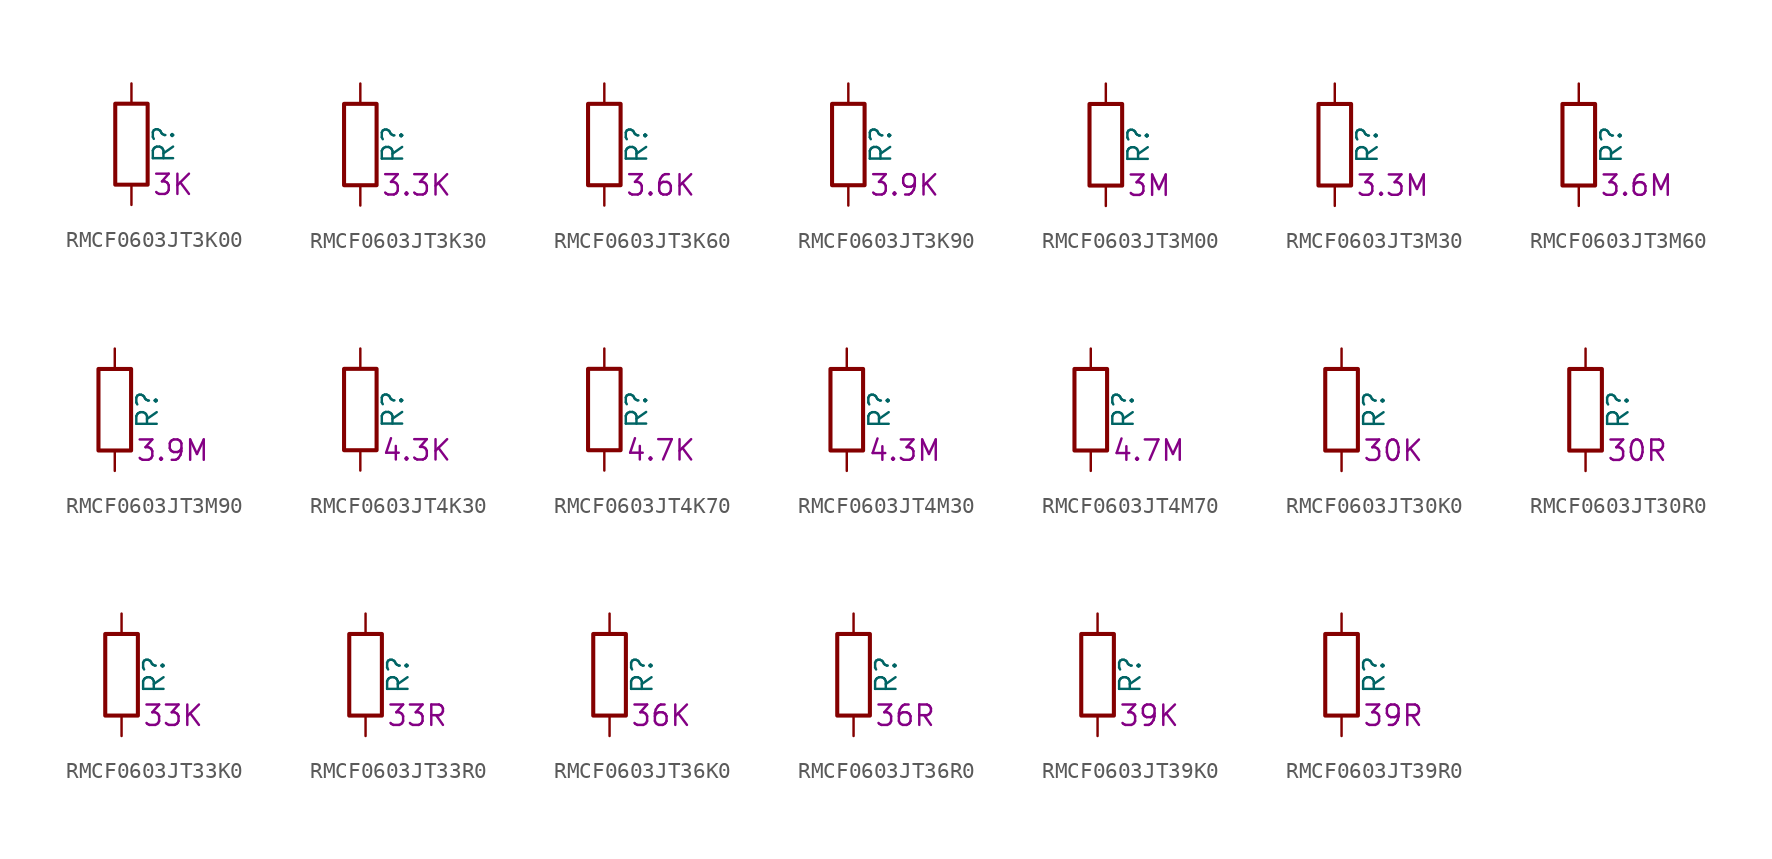
<source format=kicad_sym>
(kicad_symbol_lib
  (version 20220914)
  (generator kicad_symbol_editor)
  (symbol "RMCF0603JT3K00"
    (pin_numbers hide)
    (pin_names
      (offset 0))
    (property "Reference" "R"
      (at 2.032 0 90)
      (effects (font (size 1.27 1.27))))
    (property "Resistance" "3K"
      (at 1.27 -2.54 0)
      (effects (font (size 1.27 1.27)) (justify left)))
    (symbol "RMCF0603JT3K00_0_1"
      (rectangle (start -1.016 -2.54) (end 1.016 2.54) (stroke (width 0.254) (type default)) (fill (type none))))
    (symbol "RMCF0603JT3K00_1_1"
      (pin passive line (at 0 3.81 270) (length 1.27) (name "~" (effects (font (size 1.27 1.27)))) (number "1" (effects (font (size 1.27 1.27)))))
      (pin passive line (at 0 -3.81 90) (length 1.27) (name "~" (effects (font (size 1.27 1.27)))) (number "2" (effects (font (size 1.27 1.27)))))))
  (symbol "RMCF0603JT3K30"
    (pin_numbers hide)
    (pin_names
      (offset 0))
    (property "Reference" "R"
      (at 2.032 0 90)
      (effects (font (size 1.27 1.27))))
    (property "Resistance" "3.3K"
      (at 1.27 -2.54 0)
      (effects (font (size 1.27 1.27)) (justify left)))
    (symbol "RMCF0603JT3K30_0_1"
      (rectangle (start -1.016 -2.54) (end 1.016 2.54) (stroke (width 0.254) (type default)) (fill (type none))))
    (symbol "RMCF0603JT3K30_1_1"
      (pin passive line (at 0 3.81 270) (length 1.27) (name "~" (effects (font (size 1.27 1.27)))) (number "1" (effects (font (size 1.27 1.27)))))
      (pin passive line (at 0 -3.81 90) (length 1.27) (name "~" (effects (font (size 1.27 1.27)))) (number "2" (effects (font (size 1.27 1.27)))))))
  (symbol "RMCF0603JT3K60"
    (pin_numbers hide)
    (pin_names
      (offset 0))
    (property "Reference" "R"
      (at 2.032 0 90)
      (effects (font (size 1.27 1.27))))
    (property "Resistance" "3.6K"
      (at 1.27 -2.54 0)
      (effects (font (size 1.27 1.27)) (justify left)))
    (symbol "RMCF0603JT3K60_0_1"
      (rectangle (start -1.016 -2.54) (end 1.016 2.54) (stroke (width 0.254) (type default)) (fill (type none))))
    (symbol "RMCF0603JT3K60_1_1"
      (pin passive line (at 0 3.81 270) (length 1.27) (name "~" (effects (font (size 1.27 1.27)))) (number "1" (effects (font (size 1.27 1.27)))))
      (pin passive line (at 0 -3.81 90) (length 1.27) (name "~" (effects (font (size 1.27 1.27)))) (number "2" (effects (font (size 1.27 1.27)))))))
  (symbol "RMCF0603JT3K90"
    (pin_numbers hide)
    (pin_names
      (offset 0))
    (property "Reference" "R"
      (at 2.032 0 90)
      (effects (font (size 1.27 1.27))))
    (property "Resistance" "3.9K"
      (at 1.27 -2.54 0)
      (effects (font (size 1.27 1.27)) (justify left)))
    (symbol "RMCF0603JT3K90_0_1"
      (rectangle (start -1.016 -2.54) (end 1.016 2.54) (stroke (width 0.254) (type default)) (fill (type none))))
    (symbol "RMCF0603JT3K90_1_1"
      (pin passive line (at 0 3.81 270) (length 1.27) (name "~" (effects (font (size 1.27 1.27)))) (number "1" (effects (font (size 1.27 1.27)))))
      (pin passive line (at 0 -3.81 90) (length 1.27) (name "~" (effects (font (size 1.27 1.27)))) (number "2" (effects (font (size 1.27 1.27)))))))
  (symbol "RMCF0603JT3M00"
    (pin_numbers hide)
    (pin_names
      (offset 0))
    (property "Reference" "R"
      (at 2.032 0 90)
      (effects (font (size 1.27 1.27))))
    (property "Resistance" "3M"
      (at 1.27 -2.54 0)
      (effects (font (size 1.27 1.27)) (justify left)))
    (symbol "RMCF0603JT3M00_0_1"
      (rectangle (start -1.016 -2.54) (end 1.016 2.54) (stroke (width 0.254) (type default)) (fill (type none))))
    (symbol "RMCF0603JT3M00_1_1"
      (pin passive line (at 0 3.81 270) (length 1.27) (name "~" (effects (font (size 1.27 1.27)))) (number "1" (effects (font (size 1.27 1.27)))))
      (pin passive line (at 0 -3.81 90) (length 1.27) (name "~" (effects (font (size 1.27 1.27)))) (number "2" (effects (font (size 1.27 1.27)))))))
  (symbol "RMCF0603JT3M30"
    (pin_numbers hide)
    (pin_names
      (offset 0))
    (property "Reference" "R"
      (at 2.032 0 90)
      (effects (font (size 1.27 1.27))))
    (property "Resistance" "3.3M"
      (at 1.27 -2.54 0)
      (effects (font (size 1.27 1.27)) (justify left)))
    (symbol "RMCF0603JT3M30_0_1"
      (rectangle (start -1.016 -2.54) (end 1.016 2.54) (stroke (width 0.254) (type default)) (fill (type none))))
    (symbol "RMCF0603JT3M30_1_1"
      (pin passive line (at 0 3.81 270) (length 1.27) (name "~" (effects (font (size 1.27 1.27)))) (number "1" (effects (font (size 1.27 1.27)))))
      (pin passive line (at 0 -3.81 90) (length 1.27) (name "~" (effects (font (size 1.27 1.27)))) (number "2" (effects (font (size 1.27 1.27)))))))
  (symbol "RMCF0603JT3M60"
    (pin_numbers hide)
    (pin_names
      (offset 0))
    (property "Reference" "R"
      (at 2.032 0 90)
      (effects (font (size 1.27 1.27))))
    (property "Resistance" "3.6M"
      (at 1.27 -2.54 0)
      (effects (font (size 1.27 1.27)) (justify left)))
    (symbol "RMCF0603JT3M60_0_1"
      (rectangle (start -1.016 -2.54) (end 1.016 2.54) (stroke (width 0.254) (type default)) (fill (type none))))
    (symbol "RMCF0603JT3M60_1_1"
      (pin passive line (at 0 3.81 270) (length 1.27) (name "~" (effects (font (size 1.27 1.27)))) (number "1" (effects (font (size 1.27 1.27)))))
      (pin passive line (at 0 -3.81 90) (length 1.27) (name "~" (effects (font (size 1.27 1.27)))) (number "2" (effects (font (size 1.27 1.27)))))))
  (symbol "RMCF0603JT3M90"
    (pin_numbers hide)
    (pin_names
      (offset 0))
    (property "Reference" "R"
      (at 2.032 0 90)
      (effects (font (size 1.27 1.27))))
    (property "Resistance" "3.9M"
      (at 1.27 -2.54 0)
      (effects (font (size 1.27 1.27)) (justify left)))
    (symbol "RMCF0603JT3M90_0_1"
      (rectangle (start -1.016 -2.54) (end 1.016 2.54) (stroke (width 0.254) (type default)) (fill (type none))))
    (symbol "RMCF0603JT3M90_1_1"
      (pin passive line (at 0 3.81 270) (length 1.27) (name "~" (effects (font (size 1.27 1.27)))) (number "1" (effects (font (size 1.27 1.27)))))
      (pin passive line (at 0 -3.81 90) (length 1.27) (name "~" (effects (font (size 1.27 1.27)))) (number "2" (effects (font (size 1.27 1.27)))))))
  (symbol "RMCF0603JT4K30"
    (pin_numbers hide)
    (pin_names
      (offset 0))
    (property "Reference" "R"
      (at 2.032 0 90)
      (effects (font (size 1.27 1.27))))
    (property "Resistance" "4.3K"
      (at 1.27 -2.54 0)
      (effects (font (size 1.27 1.27)) (justify left)))
    (symbol "RMCF0603JT4K30_0_1"
      (rectangle (start -1.016 -2.54) (end 1.016 2.54) (stroke (width 0.254) (type default)) (fill (type none))))
    (symbol "RMCF0603JT4K30_1_1"
      (pin passive line (at 0 3.81 270) (length 1.27) (name "~" (effects (font (size 1.27 1.27)))) (number "1" (effects (font (size 1.27 1.27)))))
      (pin passive line (at 0 -3.81 90) (length 1.27) (name "~" (effects (font (size 1.27 1.27)))) (number "2" (effects (font (size 1.27 1.27)))))))
  (symbol "RMCF0603JT4K70"
    (pin_numbers hide)
    (pin_names
      (offset 0))
    (property "Reference" "R"
      (at 2.032 0 90)
      (effects (font (size 1.27 1.27))))
    (property "Resistance" "4.7K"
      (at 1.27 -2.54 0)
      (effects (font (size 1.27 1.27)) (justify left)))
    (symbol "RMCF0603JT4K70_0_1"
      (rectangle (start -1.016 -2.54) (end 1.016 2.54) (stroke (width 0.254) (type default)) (fill (type none))))
    (symbol "RMCF0603JT4K70_1_1"
      (pin passive line (at 0 3.81 270) (length 1.27) (name "~" (effects (font (size 1.27 1.27)))) (number "1" (effects (font (size 1.27 1.27)))))
      (pin passive line (at 0 -3.81 90) (length 1.27) (name "~" (effects (font (size 1.27 1.27)))) (number "2" (effects (font (size 1.27 1.27)))))))
  (symbol "RMCF0603JT4M30"
    (pin_numbers hide)
    (pin_names
      (offset 0))
    (property "Reference" "R"
      (at 2.032 0 90)
      (effects (font (size 1.27 1.27))))
    (property "Resistance" "4.3M"
      (at 1.27 -2.54 0)
      (effects (font (size 1.27 1.27)) (justify left)))
    (symbol "RMCF0603JT4M30_0_1"
      (rectangle (start -1.016 -2.54) (end 1.016 2.54) (stroke (width 0.254) (type default)) (fill (type none))))
    (symbol "RMCF0603JT4M30_1_1"
      (pin passive line (at 0 3.81 270) (length 1.27) (name "~" (effects (font (size 1.27 1.27)))) (number "1" (effects (font (size 1.27 1.27)))))
      (pin passive line (at 0 -3.81 90) (length 1.27) (name "~" (effects (font (size 1.27 1.27)))) (number "2" (effects (font (size 1.27 1.27)))))))
  (symbol "RMCF0603JT4M70"
    (pin_numbers hide)
    (pin_names
      (offset 0))
    (property "Reference" "R"
      (at 2.032 0 90)
      (effects (font (size 1.27 1.27))))
    (property "Resistance" "4.7M"
      (at 1.27 -2.54 0)
      (effects (font (size 1.27 1.27)) (justify left)))
    (symbol "RMCF0603JT4M70_0_1"
      (rectangle (start -1.016 -2.54) (end 1.016 2.54) (stroke (width 0.254) (type default)) (fill (type none))))
    (symbol "RMCF0603JT4M70_1_1"
      (pin passive line (at 0 3.81 270) (length 1.27) (name "~" (effects (font (size 1.27 1.27)))) (number "1" (effects (font (size 1.27 1.27)))))
      (pin passive line (at 0 -3.81 90) (length 1.27) (name "~" (effects (font (size 1.27 1.27)))) (number "2" (effects (font (size 1.27 1.27)))))))
  (symbol "RMCF0603JT30K0"
    (pin_numbers hide)
    (pin_names
      (offset 0))
    (property "Reference" "R"
      (at 2.032 0 90)
      (effects (font (size 1.27 1.27))))
    (property "Resistance" "30K"
      (at 1.27 -2.54 0)
      (effects (font (size 1.27 1.27)) (justify left)))
    (symbol "RMCF0603JT30K0_0_1"
      (rectangle (start -1.016 -2.54) (end 1.016 2.54) (stroke (width 0.254) (type default)) (fill (type none))))
    (symbol "RMCF0603JT30K0_1_1"
      (pin passive line (at 0 3.81 270) (length 1.27) (name "~" (effects (font (size 1.27 1.27)))) (number "1" (effects (font (size 1.27 1.27)))))
      (pin passive line (at 0 -3.81 90) (length 1.27) (name "~" (effects (font (size 1.27 1.27)))) (number "2" (effects (font (size 1.27 1.27)))))))
  (symbol "RMCF0603JT30R0"
    (pin_numbers hide)
    (pin_names
      (offset 0))
    (property "Reference" "R"
      (at 2.032 0 90)
      (effects (font (size 1.27 1.27))))
    (property "Resistance" "30R"
      (at 1.27 -2.54 0)
      (effects (font (size 1.27 1.27)) (justify left)))
    (symbol "RMCF0603JT30R0_0_1"
      (rectangle (start -1.016 -2.54) (end 1.016 2.54) (stroke (width 0.254) (type default)) (fill (type none))))
    (symbol "RMCF0603JT30R0_1_1"
      (pin passive line (at 0 3.81 270) (length 1.27) (name "~" (effects (font (size 1.27 1.27)))) (number "1" (effects (font (size 1.27 1.27)))))
      (pin passive line (at 0 -3.81 90) (length 1.27) (name "~" (effects (font (size 1.27 1.27)))) (number "2" (effects (font (size 1.27 1.27)))))))
  (symbol "RMCF0603JT33K0"
    (pin_numbers hide)
    (pin_names
      (offset 0))
    (property "Reference" "R"
      (at 2.032 0 90)
      (effects (font (size 1.27 1.27))))
    (property "Resistance" "33K"
      (at 1.27 -2.54 0)
      (effects (font (size 1.27 1.27)) (justify left)))
    (symbol "RMCF0603JT33K0_0_1"
      (rectangle (start -1.016 -2.54) (end 1.016 2.54) (stroke (width 0.254) (type default)) (fill (type none))))
    (symbol "RMCF0603JT33K0_1_1"
      (pin passive line (at 0 3.81 270) (length 1.27) (name "~" (effects (font (size 1.27 1.27)))) (number "1" (effects (font (size 1.27 1.27)))))
      (pin passive line (at 0 -3.81 90) (length 1.27) (name "~" (effects (font (size 1.27 1.27)))) (number "2" (effects (font (size 1.27 1.27)))))))
  (symbol "RMCF0603JT33R0"
    (pin_numbers hide)
    (pin_names
      (offset 0))
    (property "Reference" "R"
      (at 2.032 0 90)
      (effects (font (size 1.27 1.27))))
    (property "Resistance" "33R"
      (at 1.27 -2.54 0)
      (effects (font (size 1.27 1.27)) (justify left)))
    (symbol "RMCF0603JT33R0_0_1"
      (rectangle (start -1.016 -2.54) (end 1.016 2.54) (stroke (width 0.254) (type default)) (fill (type none))))
    (symbol "RMCF0603JT33R0_1_1"
      (pin passive line (at 0 3.81 270) (length 1.27) (name "~" (effects (font (size 1.27 1.27)))) (number "1" (effects (font (size 1.27 1.27)))))
      (pin passive line (at 0 -3.81 90) (length 1.27) (name "~" (effects (font (size 1.27 1.27)))) (number "2" (effects (font (size 1.27 1.27)))))))
  (symbol "RMCF0603JT36K0"
    (pin_numbers hide)
    (pin_names
      (offset 0))
    (property "Reference" "R"
      (at 2.032 0 90)
      (effects (font (size 1.27 1.27))))
    (property "Resistance" "36K"
      (at 1.27 -2.54 0)
      (effects (font (size 1.27 1.27)) (justify left)))
    (symbol "RMCF0603JT36K0_0_1"
      (rectangle (start -1.016 -2.54) (end 1.016 2.54) (stroke (width 0.254) (type default)) (fill (type none))))
    (symbol "RMCF0603JT36K0_1_1"
      (pin passive line (at 0 3.81 270) (length 1.27) (name "~" (effects (font (size 1.27 1.27)))) (number "1" (effects (font (size 1.27 1.27)))))
      (pin passive line (at 0 -3.81 90) (length 1.27) (name "~" (effects (font (size 1.27 1.27)))) (number "2" (effects (font (size 1.27 1.27)))))))
  (symbol "RMCF0603JT36R0"
    (pin_numbers hide)
    (pin_names
      (offset 0))
    (property "Reference" "R"
      (at 2.032 0 90)
      (effects (font (size 1.27 1.27))))
    (property "Resistance" "36R"
      (at 1.27 -2.54 0)
      (effects (font (size 1.27 1.27)) (justify left)))
    (symbol "RMCF0603JT36R0_0_1"
      (rectangle (start -1.016 -2.54) (end 1.016 2.54) (stroke (width 0.254) (type default)) (fill (type none))))
    (symbol "RMCF0603JT36R0_1_1"
      (pin passive line (at 0 3.81 270) (length 1.27) (name "~" (effects (font (size 1.27 1.27)))) (number "1" (effects (font (size 1.27 1.27)))))
      (pin passive line (at 0 -3.81 90) (length 1.27) (name "~" (effects (font (size 1.27 1.27)))) (number "2" (effects (font (size 1.27 1.27)))))))
  (symbol "RMCF0603JT39K0"
    (pin_numbers hide)
    (pin_names
      (offset 0))
    (property "Reference" "R"
      (at 2.032 0 90)
      (effects (font (size 1.27 1.27))))
    (property "Resistance" "39K"
      (at 1.27 -2.54 0)
      (effects (font (size 1.27 1.27)) (justify left)))
    (symbol "RMCF0603JT39K0_0_1"
      (rectangle (start -1.016 -2.54) (end 1.016 2.54) (stroke (width 0.254) (type default)) (fill (type none))))
    (symbol "RMCF0603JT39K0_1_1"
      (pin passive line (at 0 3.81 270) (length 1.27) (name "~" (effects (font (size 1.27 1.27)))) (number "1" (effects (font (size 1.27 1.27)))))
      (pin passive line (at 0 -3.81 90) (length 1.27) (name "~" (effects (font (size 1.27 1.27)))) (number "2" (effects (font (size 1.27 1.27)))))))
  (symbol "RMCF0603JT39R0"
    (pin_numbers hide)
    (pin_names
      (offset 0))
    (property "Reference" "R"
      (at 2.032 0 90)
      (effects (font (size 1.27 1.27))))
    (property "Resistance" "39R"
      (at 1.27 -2.54 0)
      (effects (font (size 1.27 1.27)) (justify left)))
    (symbol "RMCF0603JT39R0_0_1"
      (rectangle (start -1.016 -2.54) (end 1.016 2.54) (stroke (width 0.254) (type default)) (fill (type none))))
    (symbol "RMCF0603JT39R0_1_1"
      (pin passive line (at 0 3.81 270) (length 1.27) (name "~" (effects (font (size 1.27 1.27)))) (number "1" (effects (font (size 1.27 1.27)))))
      (pin passive line (at 0 -3.81 90) (length 1.27) (name "~" (effects (font (size 1.27 1.27)))) (number "2" (effects (font (size 1.27 1.27))))))))
</source>
